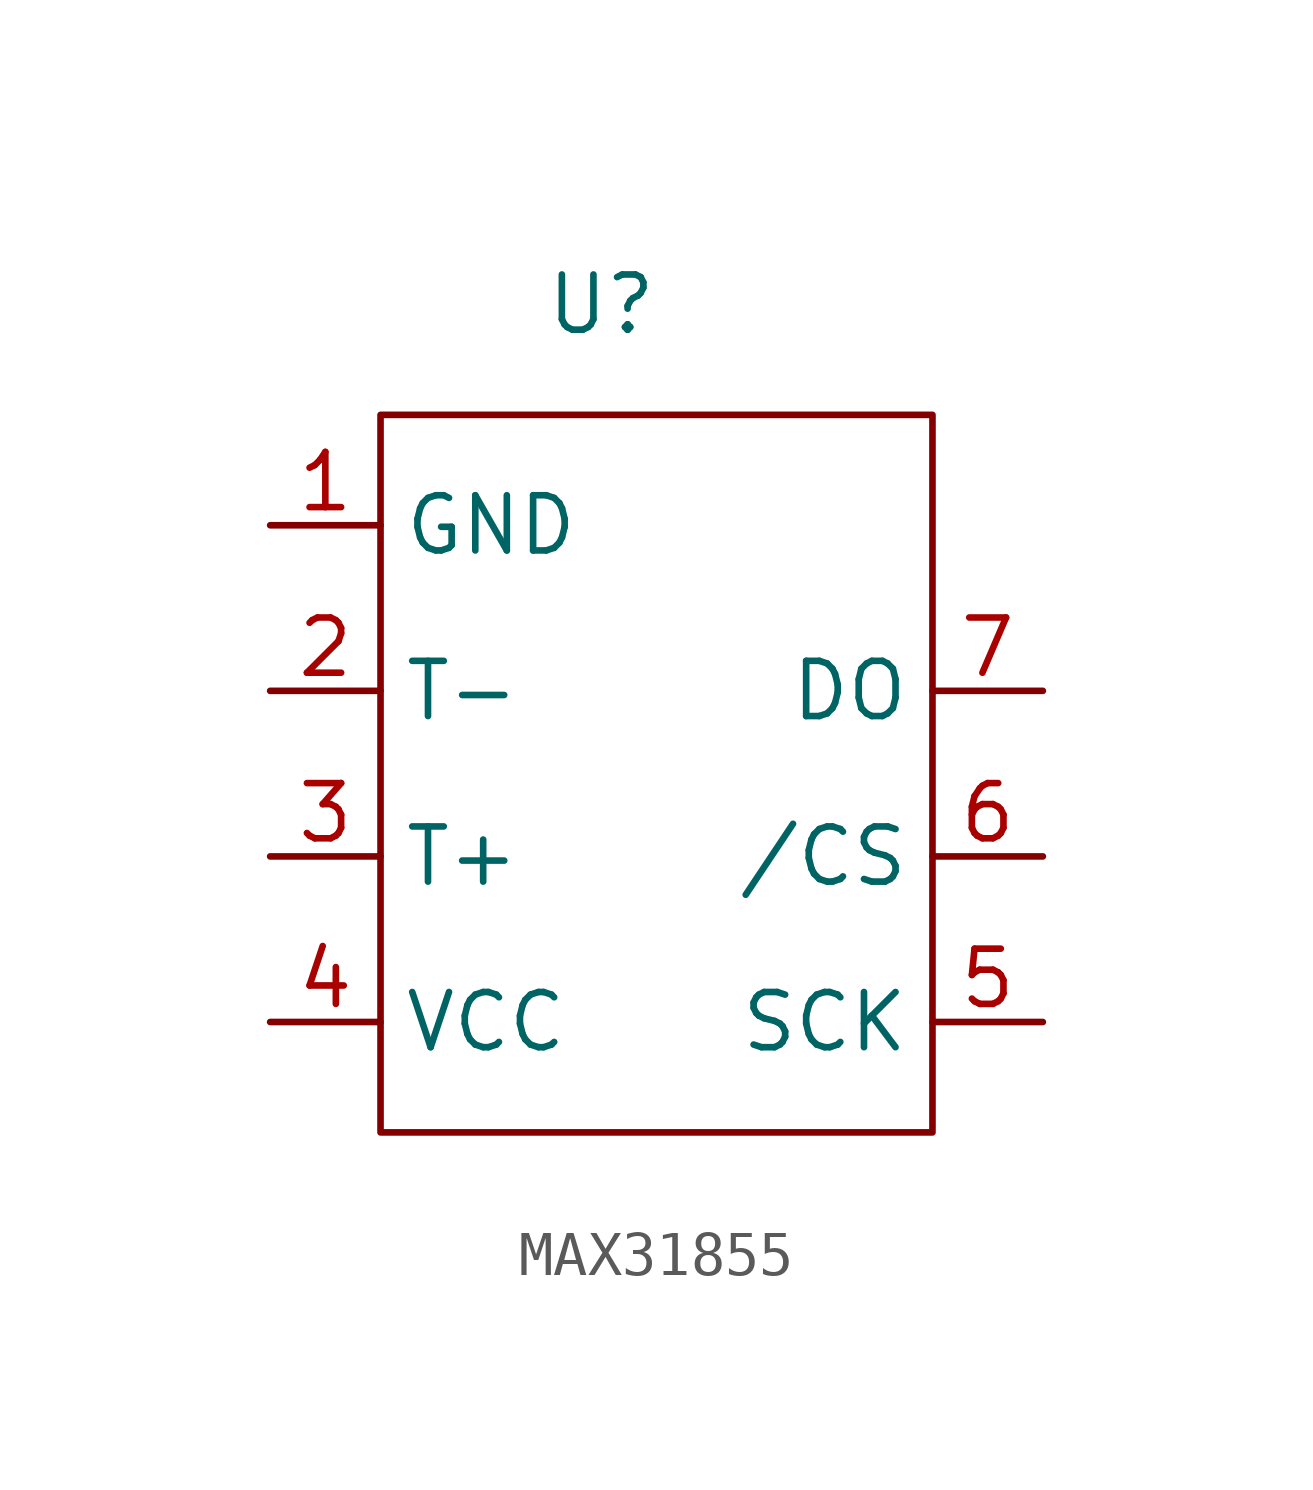
<source format=kicad_sym>
(kicad_symbol_lib
  (version 20220914)
  (generator kicad_symbol_editor)
  (symbol "MAX31855"
    (property "Reference" "U"
      (at 0 0 0)
      (effects (font (size 1.27 1.27))))
    (property "Value" ""
      (at 0 0 0)
      (effects (font (size 1.27 1.27))))
    (symbol "MAX31855_0_1"
      (rectangle (start -5.08 -2.54) (end 7.62 -19.05) (stroke (width 0) (type default)) (fill (type none))))
    (symbol "MAX31855_1_1"
      (pin power_in line (at -7.62 -5.08 0) (length 2.54) (name "GND" (effects (font (size 1.27 1.27)))) (number "1" (effects (font (size 1.27 1.27)))))
      (pin input line (at -7.62 -8.89 0) (length 2.54) (name "T-" (effects (font (size 1.27 1.27)))) (number "2" (effects (font (size 1.27 1.27)))))
      (pin output line (at -7.62 -12.7 0) (length 2.54) (name "T+" (effects (font (size 1.27 1.27)))) (number "3" (effects (font (size 1.27 1.27)))))
      (pin power_in line (at -7.62 -16.51 0) (length 2.54) (name "VCC" (effects (font (size 1.27 1.27)))) (number "4" (effects (font (size 1.27 1.27)))))
      (pin input line (at 10.16 -16.51 180) (length 2.54) (name "SCK" (effects (font (size 1.27 1.27)))) (number "5" (effects (font (size 1.27 1.27)))))
      (pin input line (at 10.16 -12.7 180) (length 2.54) (name "/CS" (effects (font (size 1.27 1.27)))) (number "6" (effects (font (size 1.27 1.27)))))
      (pin output line (at 10.16 -8.89 180) (length 2.54) (name "DO" (effects (font (size 1.27 1.27)))) (number "7" (effects (font (size 1.27 1.27))))))))
</source>
